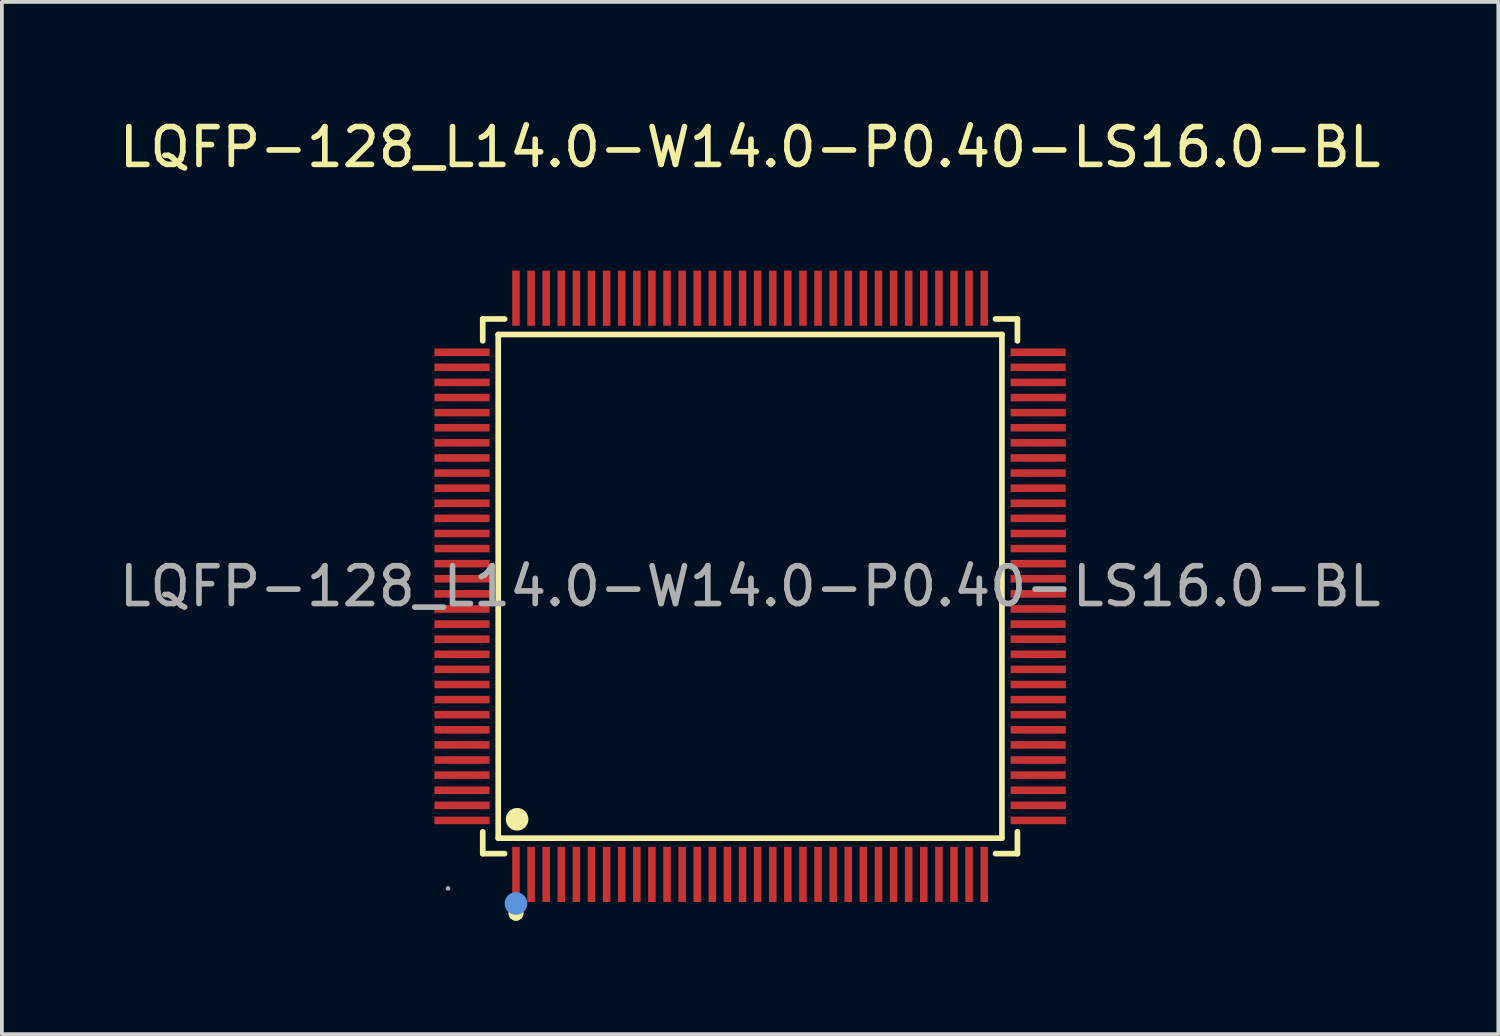
<source format=kicad_pcb>
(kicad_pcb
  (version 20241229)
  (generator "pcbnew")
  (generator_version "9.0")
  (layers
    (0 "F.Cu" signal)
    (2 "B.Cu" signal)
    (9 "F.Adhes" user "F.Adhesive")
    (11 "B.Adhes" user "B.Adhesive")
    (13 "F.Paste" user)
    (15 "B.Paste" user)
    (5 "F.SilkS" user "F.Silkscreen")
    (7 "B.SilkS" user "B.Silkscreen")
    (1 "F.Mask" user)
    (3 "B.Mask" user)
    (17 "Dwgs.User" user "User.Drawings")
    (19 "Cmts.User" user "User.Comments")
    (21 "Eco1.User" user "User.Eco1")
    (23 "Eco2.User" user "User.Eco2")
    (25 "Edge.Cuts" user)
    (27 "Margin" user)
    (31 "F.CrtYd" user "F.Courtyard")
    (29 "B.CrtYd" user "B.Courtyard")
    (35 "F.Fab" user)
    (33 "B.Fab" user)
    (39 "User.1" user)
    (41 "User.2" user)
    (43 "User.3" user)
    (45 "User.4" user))
  (footprint "LQFP-128_L14.0-W14.0-P0.40-LS16.0-BL"
    (layer "F.Cu")
    (at 16.815 12.478)
    (property "Reference" "LQFP-128_L14.0-W14.0-P0.40-LS16.0-BL" (at 0 -11.63 0) (layer "F.SilkS") (effects (font (size 1 1) (thickness 0.15))))
    (attr through_hole)
    (fp_line (start -7.08 -7.08) (end -6.5 -7.08) (stroke (width 0.15) (type solid)) (layer "F.SilkS"))
    (fp_line (start -7.08 -6.5) (end -7.08 -7.08) (stroke (width 0.15) (type solid)) (layer "F.SilkS"))
    (fp_line (start -7.08 6.5) (end -7.08 7.08) (stroke (width 0.15) (type solid)) (layer "F.SilkS"))
    (fp_line (start -7.08 7.08) (end -6.5 7.08) (stroke (width 0.15) (type solid)) (layer "F.SilkS"))
    (fp_line (start -6.67 -6.67) (end 6.67 -6.67) (stroke (width 0.15) (type solid)) (layer "F.SilkS"))
    (fp_line (start -6.67 6.67) (end -6.67 -6.67) (stroke (width 0.15) (type solid)) (layer "F.SilkS"))
    (fp_line (start 6.67 -6.67) (end 6.67 6.67) (stroke (width 0.15) (type solid)) (layer "F.SilkS"))
    (fp_line (start 6.67 6.67) (end -6.67 6.67) (stroke (width 0.15) (type solid)) (layer "F.SilkS"))
    (fp_line (start 7.08 -7.08) (end 6.5 -7.08) (stroke (width 0.15) (type solid)) (layer "F.SilkS"))
    (fp_line (start 7.08 -6.5) (end 7.08 -7.08) (stroke (width 0.15) (type solid)) (layer "F.SilkS"))
    (fp_line (start 7.08 6.5) (end 7.08 7.08) (stroke (width 0.15) (type solid)) (layer "F.SilkS"))
    (fp_line (start 7.08 7.08) (end 6.5 7.08) (stroke (width 0.15) (type solid)) (layer "F.SilkS"))
    (fp_circle (center -6.2 8.66) (end -6.1 8.66) (stroke (width 0.2) (type solid)) (fill no) (layer "F.SilkS"))
    (fp_circle (center -6.17 6.17) (end -6.02 6.17) (stroke (width 0.3) (type solid)) (fill no) (layer "F.SilkS"))
    (fp_circle (center -6.2 8.4) (end -6.05 8.4) (stroke (width 0.3) (type solid)) (fill no) (layer "Cmts.User"))
    (fp_circle (center -8 8) (end -7.97 8) (stroke (width 0.06) (type solid)) (fill no) (layer "F.Fab"))
    (fp_text user "${REFERENCE}" (at 0 0 0) (layer "F.Fab") (effects (font (size 1 1) (thickness 0.15))))
    (pad "1" smd rect (at -6.2 7.63) (size 0.2 1.46) (layers "F.Cu" "F.Mask" "F.Paste"))
    (pad "2" smd rect (at -5.8 7.63) (size 0.2 1.46) (layers "F.Cu" "F.Mask" "F.Paste"))
    (pad "3" smd rect (at -5.4 7.63) (size 0.2 1.46) (layers "F.Cu" "F.Mask" "F.Paste"))
    (pad "4" smd rect (at -5 7.63) (size 0.2 1.46) (layers "F.Cu" "F.Mask" "F.Paste"))
    (pad "5" smd rect (at -4.6 7.63) (size 0.2 1.46) (layers "F.Cu" "F.Mask" "F.Paste"))
    (pad "6" smd rect (at -4.2 7.63) (size 0.2 1.46) (layers "F.Cu" "F.Mask" "F.Paste"))
    (pad "7" smd rect (at -3.8 7.63) (size 0.2 1.46) (layers "F.Cu" "F.Mask" "F.Paste"))
    (pad "8" smd rect (at -3.4 7.63) (size 0.2 1.46) (layers "F.Cu" "F.Mask" "F.Paste"))
    (pad "9" smd rect (at -3 7.63) (size 0.2 1.46) (layers "F.Cu" "F.Mask" "F.Paste"))
    (pad "10" smd rect (at -2.6 7.63) (size 0.2 1.46) (layers "F.Cu" "F.Mask" "F.Paste"))
    (pad "11" smd rect (at -2.2 7.63) (size 0.2 1.46) (layers "F.Cu" "F.Mask" "F.Paste"))
    (pad "12" smd rect (at -1.8 7.63) (size 0.2 1.46) (layers "F.Cu" "F.Mask" "F.Paste"))
    (pad "13" smd rect (at -1.4 7.63) (size 0.2 1.46) (layers "F.Cu" "F.Mask" "F.Paste"))
    (pad "14" smd rect (at -1 7.63) (size 0.2 1.46) (layers "F.Cu" "F.Mask" "F.Paste"))
    (pad "15" smd rect (at -0.6 7.63) (size 0.2 1.46) (layers "F.Cu" "F.Mask" "F.Paste"))
    (pad "16" smd rect (at -0.2 7.63) (size 0.2 1.46) (layers "F.Cu" "F.Mask" "F.Paste"))
    (pad "17" smd rect (at 0.2 7.63) (size 0.2 1.46) (layers "F.Cu" "F.Mask" "F.Paste"))
    (pad "18" smd rect (at 0.6 7.63) (size 0.2 1.46) (layers "F.Cu" "F.Mask" "F.Paste"))
    (pad "19" smd rect (at 1 7.63) (size 0.2 1.46) (layers "F.Cu" "F.Mask" "F.Paste"))
    (pad "20" smd rect (at 1.4 7.63) (size 0.2 1.46) (layers "F.Cu" "F.Mask" "F.Paste"))
    (pad "21" smd rect (at 1.8 7.63) (size 0.2 1.46) (layers "F.Cu" "F.Mask" "F.Paste"))
    (pad "22" smd rect (at 2.2 7.63) (size 0.2 1.46) (layers "F.Cu" "F.Mask" "F.Paste"))
    (pad "23" smd rect (at 2.6 7.63) (size 0.2 1.46) (layers "F.Cu" "F.Mask" "F.Paste"))
    (pad "24" smd rect (at 3 7.63) (size 0.2 1.46) (layers "F.Cu" "F.Mask" "F.Paste"))
    (pad "25" smd rect (at 3.4 7.63) (size 0.2 1.46) (layers "F.Cu" "F.Mask" "F.Paste"))
    (pad "26" smd rect (at 3.8 7.63) (size 0.2 1.46) (layers "F.Cu" "F.Mask" "F.Paste"))
    (pad "27" smd rect (at 4.2 7.63) (size 0.2 1.46) (layers "F.Cu" "F.Mask" "F.Paste"))
    (pad "28" smd rect (at 4.6 7.63) (size 0.2 1.46) (layers "F.Cu" "F.Mask" "F.Paste"))
    (pad "29" smd rect (at 5 7.63) (size 0.2 1.46) (layers "F.Cu" "F.Mask" "F.Paste"))
    (pad "30" smd rect (at 5.4 7.63) (size 0.2 1.46) (layers "F.Cu" "F.Mask" "F.Paste"))
    (pad "31" smd rect (at 5.8 7.63) (size 0.2 1.46) (layers "F.Cu" "F.Mask" "F.Paste"))
    (pad "32" smd rect (at 6.2 7.63) (size 0.2 1.46) (layers "F.Cu" "F.Mask" "F.Paste"))
    (pad "33" smd rect (at 7.63 6.2) (size 1.46 0.2) (layers "F.Cu" "F.Mask" "F.Paste"))
    (pad "34" smd rect (at 7.63 5.8) (size 1.46 0.2) (layers "F.Cu" "F.Mask" "F.Paste"))
    (pad "35" smd rect (at 7.63 5.4) (size 1.46 0.2) (layers "F.Cu" "F.Mask" "F.Paste"))
    (pad "36" smd rect (at 7.63 5) (size 1.46 0.2) (layers "F.Cu" "F.Mask" "F.Paste"))
    (pad "37" smd rect (at 7.63 4.6) (size 1.46 0.2) (layers "F.Cu" "F.Mask" "F.Paste"))
    (pad "38" smd rect (at 7.63 4.2) (size 1.46 0.2) (layers "F.Cu" "F.Mask" "F.Paste"))
    (pad "39" smd rect (at 7.63 3.8) (size 1.46 0.2) (layers "F.Cu" "F.Mask" "F.Paste"))
    (pad "40" smd rect (at 7.63 3.4) (size 1.46 0.2) (layers "F.Cu" "F.Mask" "F.Paste"))
    (pad "41" smd rect (at 7.63 3) (size 1.46 0.2) (layers "F.Cu" "F.Mask" "F.Paste"))
    (pad "42" smd rect (at 7.63 2.6) (size 1.46 0.2) (layers "F.Cu" "F.Mask" "F.Paste"))
    (pad "43" smd rect (at 7.63 2.2) (size 1.46 0.2) (layers "F.Cu" "F.Mask" "F.Paste"))
    (pad "44" smd rect (at 7.63 1.8) (size 1.46 0.2) (layers "F.Cu" "F.Mask" "F.Paste"))
    (pad "45" smd rect (at 7.63 1.4) (size 1.46 0.2) (layers "F.Cu" "F.Mask" "F.Paste"))
    (pad "46" smd rect (at 7.63 1) (size 1.46 0.2) (layers "F.Cu" "F.Mask" "F.Paste"))
    (pad "47" smd rect (at 7.63 0.6) (size 1.46 0.2) (layers "F.Cu" "F.Mask" "F.Paste"))
    (pad "48" smd rect (at 7.63 0.2) (size 1.46 0.2) (layers "F.Cu" "F.Mask" "F.Paste"))
    (pad "49" smd rect (at 7.63 -0.2) (size 1.46 0.2) (layers "F.Cu" "F.Mask" "F.Paste"))
    (pad "50" smd rect (at 7.63 -0.6) (size 1.46 0.2) (layers "F.Cu" "F.Mask" "F.Paste"))
    (pad "51" smd rect (at 7.63 -1) (size 1.46 0.2) (layers "F.Cu" "F.Mask" "F.Paste"))
    (pad "52" smd rect (at 7.63 -1.4) (size 1.46 0.2) (layers "F.Cu" "F.Mask" "F.Paste"))
    (pad "53" smd rect (at 7.63 -1.8) (size 1.46 0.2) (layers "F.Cu" "F.Mask" "F.Paste"))
    (pad "54" smd rect (at 7.63 -2.2) (size 1.46 0.2) (layers "F.Cu" "F.Mask" "F.Paste"))
    (pad "55" smd rect (at 7.63 -2.6) (size 1.46 0.2) (layers "F.Cu" "F.Mask" "F.Paste"))
    (pad "56" smd rect (at 7.63 -3) (size 1.46 0.2) (layers "F.Cu" "F.Mask" "F.Paste"))
    (pad "57" smd rect (at 7.63 -3.4) (size 1.46 0.2) (layers "F.Cu" "F.Mask" "F.Paste"))
    (pad "58" smd rect (at 7.63 -3.8) (size 1.46 0.2) (layers "F.Cu" "F.Mask" "F.Paste"))
    (pad "59" smd rect (at 7.63 -4.2) (size 1.46 0.2) (layers "F.Cu" "F.Mask" "F.Paste"))
    (pad "60" smd rect (at 7.63 -4.6) (size 1.46 0.2) (layers "F.Cu" "F.Mask" "F.Paste"))
    (pad "61" smd rect (at 7.63 -5) (size 1.46 0.2) (layers "F.Cu" "F.Mask" "F.Paste"))
    (pad "62" smd rect (at 7.63 -5.4) (size 1.46 0.2) (layers "F.Cu" "F.Mask" "F.Paste"))
    (pad "63" smd rect (at 7.63 -5.8) (size 1.46 0.2) (layers "F.Cu" "F.Mask" "F.Paste"))
    (pad "64" smd rect (at 7.63 -6.2) (size 1.46 0.2) (layers "F.Cu" "F.Mask" "F.Paste"))
    (pad "65" smd rect (at 6.2 -7.63) (size 0.2 1.46) (layers "F.Cu" "F.Mask" "F.Paste"))
    (pad "66" smd rect (at 5.8 -7.63) (size 0.2 1.46) (layers "F.Cu" "F.Mask" "F.Paste"))
    (pad "67" smd rect (at 5.4 -7.63) (size 0.2 1.46) (layers "F.Cu" "F.Mask" "F.Paste"))
    (pad "68" smd rect (at 5 -7.63) (size 0.2 1.46) (layers "F.Cu" "F.Mask" "F.Paste"))
    (pad "69" smd rect (at 4.6 -7.63) (size 0.2 1.46) (layers "F.Cu" "F.Mask" "F.Paste"))
    (pad "70" smd rect (at 4.2 -7.63) (size 0.2 1.46) (layers "F.Cu" "F.Mask" "F.Paste"))
    (pad "71" smd rect (at 3.8 -7.63) (size 0.2 1.46) (layers "F.Cu" "F.Mask" "F.Paste"))
    (pad "72" smd rect (at 3.4 -7.63) (size 0.2 1.46) (layers "F.Cu" "F.Mask" "F.Paste"))
    (pad "73" smd rect (at 3 -7.63) (size 0.2 1.46) (layers "F.Cu" "F.Mask" "F.Paste"))
    (pad "74" smd rect (at 2.6 -7.63) (size 0.2 1.46) (layers "F.Cu" "F.Mask" "F.Paste"))
    (pad "75" smd rect (at 2.2 -7.63) (size 0.2 1.46) (layers "F.Cu" "F.Mask" "F.Paste"))
    (pad "76" smd rect (at 1.8 -7.63) (size 0.2 1.46) (layers "F.Cu" "F.Mask" "F.Paste"))
    (pad "77" smd rect (at 1.4 -7.63) (size 0.2 1.46) (layers "F.Cu" "F.Mask" "F.Paste"))
    (pad "78" smd rect (at 1 -7.63) (size 0.2 1.46) (layers "F.Cu" "F.Mask" "F.Paste"))
    (pad "79" smd rect (at 0.6 -7.63) (size 0.2 1.46) (layers "F.Cu" "F.Mask" "F.Paste"))
    (pad "80" smd rect (at 0.2 -7.63) (size 0.2 1.46) (layers "F.Cu" "F.Mask" "F.Paste"))
    (pad "81" smd rect (at -0.2 -7.63) (size 0.2 1.46) (layers "F.Cu" "F.Mask" "F.Paste"))
    (pad "82" smd rect (at -0.6 -7.63) (size 0.2 1.46) (layers "F.Cu" "F.Mask" "F.Paste"))
    (pad "83" smd rect (at -1 -7.63) (size 0.2 1.46) (layers "F.Cu" "F.Mask" "F.Paste"))
    (pad "84" smd rect (at -1.4 -7.63) (size 0.2 1.46) (layers "F.Cu" "F.Mask" "F.Paste"))
    (pad "85" smd rect (at -1.8 -7.63) (size 0.2 1.46) (layers "F.Cu" "F.Mask" "F.Paste"))
    (pad "86" smd rect (at -2.2 -7.63) (size 0.2 1.46) (layers "F.Cu" "F.Mask" "F.Paste"))
    (pad "87" smd rect (at -2.6 -7.63) (size 0.2 1.46) (layers "F.Cu" "F.Mask" "F.Paste"))
    (pad "88" smd rect (at -3 -7.63) (size 0.2 1.46) (layers "F.Cu" "F.Mask" "F.Paste"))
    (pad "89" smd rect (at -3.4 -7.63) (size 0.2 1.46) (layers "F.Cu" "F.Mask" "F.Paste"))
    (pad "90" smd rect (at -3.8 -7.63) (size 0.2 1.46) (layers "F.Cu" "F.Mask" "F.Paste"))
    (pad "91" smd rect (at -4.2 -7.63) (size 0.2 1.46) (layers "F.Cu" "F.Mask" "F.Paste"))
    (pad "92" smd rect (at -4.6 -7.63) (size 0.2 1.46) (layers "F.Cu" "F.Mask" "F.Paste"))
    (pad "93" smd rect (at -5 -7.63) (size 0.2 1.46) (layers "F.Cu" "F.Mask" "F.Paste"))
    (pad "94" smd rect (at -5.4 -7.63) (size 0.2 1.46) (layers "F.Cu" "F.Mask" "F.Paste"))
    (pad "95" smd rect (at -5.8 -7.63) (size 0.2 1.46) (layers "F.Cu" "F.Mask" "F.Paste"))
    (pad "96" smd rect (at -6.2 -7.63) (size 0.2 1.46) (layers "F.Cu" "F.Mask" "F.Paste"))
    (pad "97" smd rect (at -7.63 -6.2) (size 1.46 0.2) (layers "F.Cu" "F.Mask" "F.Paste"))
    (pad "98" smd rect (at -7.63 -5.8) (size 1.46 0.2) (layers "F.Cu" "F.Mask" "F.Paste"))
    (pad "99" smd rect (at -7.63 -5.4) (size 1.46 0.2) (layers "F.Cu" "F.Mask" "F.Paste"))
    (pad "100" smd rect (at -7.63 -5) (size 1.46 0.2) (layers "F.Cu" "F.Mask" "F.Paste"))
    (pad "101" smd rect (at -7.63 -4.6) (size 1.46 0.2) (layers "F.Cu" "F.Mask" "F.Paste"))
    (pad "102" smd rect (at -7.63 -4.2) (size 1.46 0.2) (layers "F.Cu" "F.Mask" "F.Paste"))
    (pad "103" smd rect (at -7.63 -3.8) (size 1.46 0.2) (layers "F.Cu" "F.Mask" "F.Paste"))
    (pad "104" smd rect (at -7.63 -3.4) (size 1.46 0.2) (layers "F.Cu" "F.Mask" "F.Paste"))
    (pad "105" smd rect (at -7.63 -3) (size 1.46 0.2) (layers "F.Cu" "F.Mask" "F.Paste"))
    (pad "106" smd rect (at -7.63 -2.6) (size 1.46 0.2) (layers "F.Cu" "F.Mask" "F.Paste"))
    (pad "107" smd rect (at -7.63 -2.2) (size 1.46 0.2) (layers "F.Cu" "F.Mask" "F.Paste"))
    (pad "108" smd rect (at -7.63 -1.8) (size 1.46 0.2) (layers "F.Cu" "F.Mask" "F.Paste"))
    (pad "109" smd rect (at -7.63 -1.4) (size 1.46 0.2) (layers "F.Cu" "F.Mask" "F.Paste"))
    (pad "110" smd rect (at -7.63 -1) (size 1.46 0.2) (layers "F.Cu" "F.Mask" "F.Paste"))
    (pad "111" smd rect (at -7.63 -0.6) (size 1.46 0.2) (layers "F.Cu" "F.Mask" "F.Paste"))
    (pad "112" smd rect (at -7.63 -0.2) (size 1.46 0.2) (layers "F.Cu" "F.Mask" "F.Paste"))
    (pad "113" smd rect (at -7.63 0.2) (size 1.46 0.2) (layers "F.Cu" "F.Mask" "F.Paste"))
    (pad "114" smd rect (at -7.63 0.6) (size 1.46 0.2) (layers "F.Cu" "F.Mask" "F.Paste"))
    (pad "115" smd rect (at -7.63 1) (size 1.46 0.2) (layers "F.Cu" "F.Mask" "F.Paste"))
    (pad "116" smd rect (at -7.63 1.4) (size 1.46 0.2) (layers "F.Cu" "F.Mask" "F.Paste"))
    (pad "117" smd rect (at -7.63 1.8) (size 1.46 0.2) (layers "F.Cu" "F.Mask" "F.Paste"))
    (pad "118" smd rect (at -7.63 2.2) (size 1.46 0.2) (layers "F.Cu" "F.Mask" "F.Paste"))
    (pad "119" smd rect (at -7.63 2.6) (size 1.46 0.2) (layers "F.Cu" "F.Mask" "F.Paste"))
    (pad "120" smd rect (at -7.63 3) (size 1.46 0.2) (layers "F.Cu" "F.Mask" "F.Paste"))
    (pad "121" smd rect (at -7.63 3.4) (size 1.46 0.2) (layers "F.Cu" "F.Mask" "F.Paste"))
    (pad "122" smd rect (at -7.63 3.8) (size 1.46 0.2) (layers "F.Cu" "F.Mask" "F.Paste"))
    (pad "123" smd rect (at -7.63 4.2) (size 1.46 0.2) (layers "F.Cu" "F.Mask" "F.Paste"))
    (pad "124" smd rect (at -7.63 4.6) (size 1.46 0.2) (layers "F.Cu" "F.Mask" "F.Paste"))
    (pad "125" smd rect (at -7.63 5) (size 1.46 0.2) (layers "F.Cu" "F.Mask" "F.Paste"))
    (pad "126" smd rect (at -7.63 5.4) (size 1.46 0.2) (layers "F.Cu" "F.Mask" "F.Paste"))
    (pad "127" smd rect (at -7.63 5.8) (size 1.46 0.2) (layers "F.Cu" "F.Mask" "F.Paste"))
    (pad "128" smd rect (at -7.63 6.2) (size 1.46 0.2) (layers "F.Cu" "F.Mask" "F.Paste")))
  (gr_rect
    (start -3 -3)
    (end 36.631 24.338)
    (stroke (width 0.1) (type default))
    (fill no)
    (layer "Edge.Cuts")))
</source>
